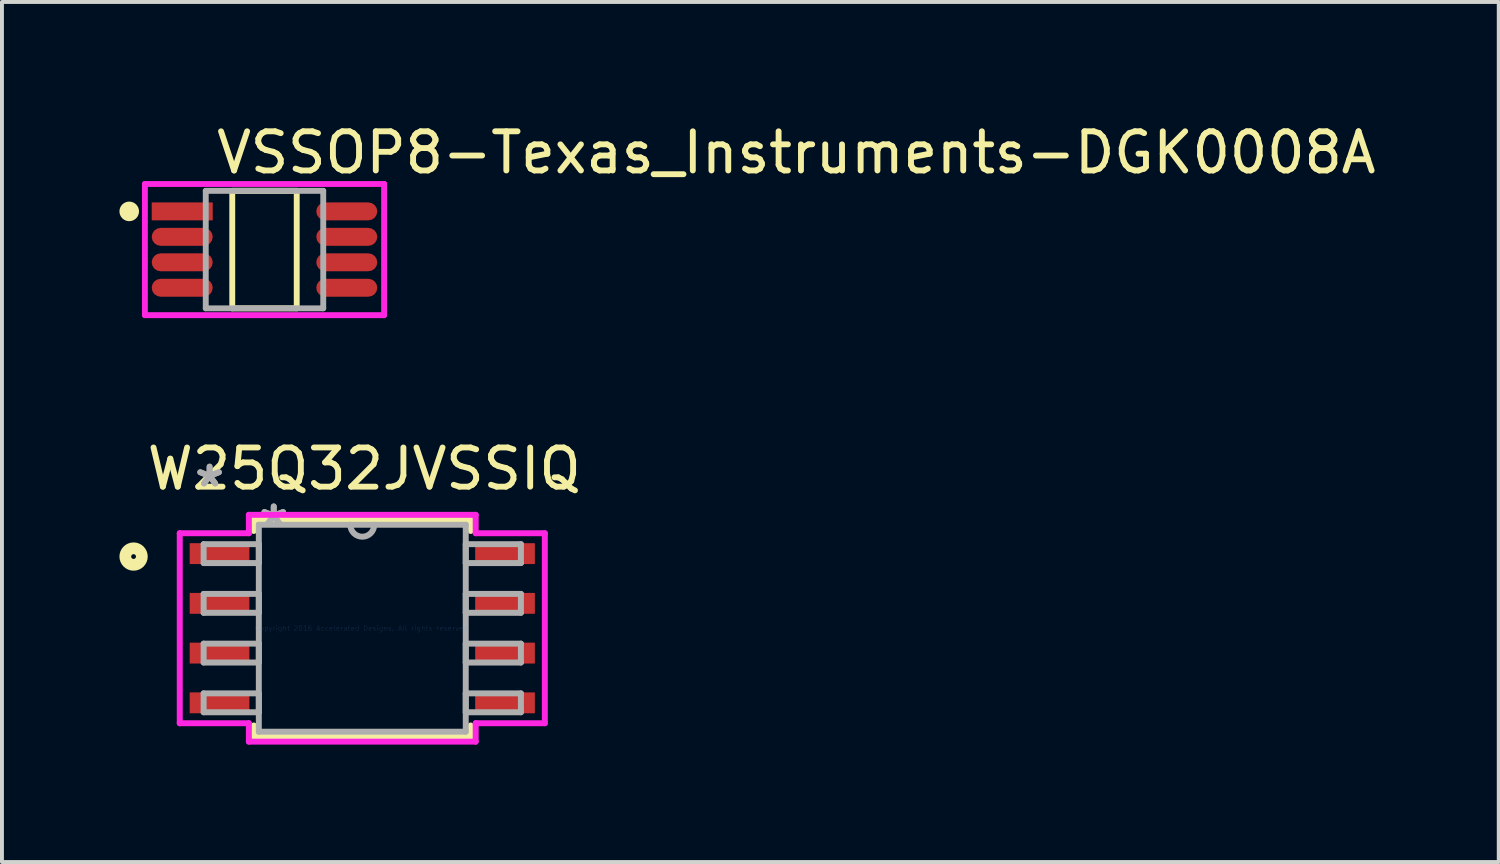
<source format=kicad_pcb>
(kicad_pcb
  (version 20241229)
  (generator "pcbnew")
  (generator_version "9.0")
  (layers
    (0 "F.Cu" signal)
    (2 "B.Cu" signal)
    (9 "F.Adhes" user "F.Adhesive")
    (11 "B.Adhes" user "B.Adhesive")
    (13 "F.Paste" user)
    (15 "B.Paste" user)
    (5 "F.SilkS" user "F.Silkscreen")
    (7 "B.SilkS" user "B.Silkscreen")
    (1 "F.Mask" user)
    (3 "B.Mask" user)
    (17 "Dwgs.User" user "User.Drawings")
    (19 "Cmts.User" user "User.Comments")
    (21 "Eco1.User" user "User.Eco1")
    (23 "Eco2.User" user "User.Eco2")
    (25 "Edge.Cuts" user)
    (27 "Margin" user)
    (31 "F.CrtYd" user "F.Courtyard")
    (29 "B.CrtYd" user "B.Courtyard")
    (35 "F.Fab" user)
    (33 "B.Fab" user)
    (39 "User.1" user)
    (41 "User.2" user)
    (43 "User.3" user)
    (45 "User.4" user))
  (footprint "VSSOP8-Texas_Instruments-DGK0008A"
    (layer "F.Cu")
    (at 3.704 3.323)
    (property "Reference" "VSSOP8-Texas_Instruments-DGK0008A" (at -1.304 -2.475 0) (layer "F.SilkS") (effects (font (size 1 1) (thickness 0.15)) (justify left)))
    (attr through_hole)
    (fp_line (start -0.823 -1.5) (end 0.823 -1.5) (stroke (width 0.15) (type solid)) (layer "F.SilkS"))
    (fp_line (start -0.823 1.5) (end -0.823 -1.5) (stroke (width 0.15) (type solid)) (layer "F.SilkS"))
    (fp_line (start 0.823 -1.5) (end 0.823 1.5) (stroke (width 0.15) (type solid)) (layer "F.SilkS"))
    (fp_line (start 0.823 1.5) (end -0.823 1.5) (stroke (width 0.15) (type solid)) (layer "F.SilkS"))
    (fp_circle (center -3.454 -0.975) (end -3.329 -0.975) (stroke (width 0.25) (type solid)) (fill no) (layer "F.SilkS"))
    (fp_line (start -3.054 -1.675) (end -3.054 1.675) (stroke (width 0.15) (type solid)) (layer "F.CrtYd"))
    (fp_line (start -3.054 1.675) (end 3.054 1.675) (stroke (width 0.15) (type solid)) (layer "F.CrtYd"))
    (fp_line (start 3.054 -1.675) (end -3.054 -1.675) (stroke (width 0.15) (type solid)) (layer "F.CrtYd"))
    (fp_line (start 3.054 -1.675) (end 3.054 -1.675) (stroke (width 0.15) (type solid)) (layer "F.CrtYd"))
    (fp_line (start 3.054 1.675) (end 3.054 -1.675) (stroke (width 0.15) (type solid)) (layer "F.CrtYd"))
    (fp_line (start -1.5 -1.5) (end 1.5 -1.5) (stroke (width 0.15) (type solid)) (layer "F.Fab"))
    (fp_line (start -1.5 1.5) (end -1.5 -1.5) (stroke (width 0.15) (type solid)) (layer "F.Fab"))
    (fp_line (start 1.5 -1.5) (end 1.5 1.5) (stroke (width 0.15) (type solid)) (layer "F.Fab"))
    (fp_line (start 1.5 1.5) (end -1.5 1.5) (stroke (width 0.15) (type solid)) (layer "F.Fab"))
    (pad "1" smd rect (at -2.101 -0.975) (size 1.557 0.458) (layers "F.Cu" "F.Mask" "F.Paste"))
    (pad "2" smd roundrect (at -2.101 -0.325) (size 1.557 0.458) (layers "F.Cu" "F.Mask" "F.Paste") (roundrect_rratio 0.5))
    (pad "3" smd roundrect (at -2.101 0.325) (size 1.557 0.458) (layers "F.Cu" "F.Mask" "F.Paste") (roundrect_rratio 0.5))
    (pad "4" smd roundrect (at -2.101 0.975) (size 1.557 0.458) (layers "F.Cu" "F.Mask" "F.Paste") (roundrect_rratio 0.5))
    (pad "5" smd roundrect (at 2.101 0.975) (size 1.557 0.458) (layers "F.Cu" "F.Mask" "F.Paste") (roundrect_rratio 0.5))
    (pad "6" smd roundrect (at 2.101 0.325) (size 1.557 0.458) (layers "F.Cu" "F.Mask" "F.Paste") (roundrect_rratio 0.5))
    (pad "7" smd roundrect (at 2.101 -0.325) (size 1.557 0.458) (layers "F.Cu" "F.Mask" "F.Paste") (roundrect_rratio 0.5))
    (pad "8" smd roundrect (at 2.101 -0.975) (size 1.557 0.458) (layers "F.Cu" "F.Mask" "F.Paste") (roundrect_rratio 0.5)))
  (footprint "W25Q32JVSSIQ"
    (layer "F.Cu")
    (at 6.201 12.992)
    (property "Reference" "W25Q32JVSSIQ" (at 0.05 -4.07 0) (layer "F.SilkS") (effects (font (size 1 1) (thickness 0.15))))
    (attr through_hole)
    (fp_line (start -2.769 -2.769) (end -2.769 -2.484) (stroke (width 0.152) (type solid)) (layer "F.SilkS"))
    (fp_line (start -2.769 2.484) (end -2.769 2.769) (stroke (width 0.152) (type solid)) (layer "F.SilkS"))
    (fp_line (start -2.769 2.769) (end 2.769 2.769) (stroke (width 0.152) (type solid)) (layer "F.SilkS"))
    (fp_line (start 2.769 -2.769) (end -2.769 -2.769) (stroke (width 0.152) (type solid)) (layer "F.SilkS"))
    (fp_line (start 2.769 -2.484) (end 2.769 -2.769) (stroke (width 0.152) (type solid)) (layer "F.SilkS"))
    (fp_line (start 2.769 2.769) (end 2.769 2.484) (stroke (width 0.152) (type solid)) (layer "F.SilkS"))
    (fp_circle (center -5.84 -1.83) (end -5.629 -1.83) (stroke (width 0.3) (type solid)) (fill no) (layer "F.SilkS"))
    (fp_line (start -4.661 -2.426) (end -2.896 -2.426) (stroke (width 0.152) (type solid)) (layer "F.CrtYd"))
    (fp_line (start -4.661 2.426) (end -4.661 -2.426) (stroke (width 0.152) (type solid)) (layer "F.CrtYd"))
    (fp_line (start -2.896 -2.896) (end 2.896 -2.896) (stroke (width 0.152) (type solid)) (layer "F.CrtYd"))
    (fp_line (start -2.896 -2.426) (end -2.896 -2.896) (stroke (width 0.152) (type solid)) (layer "F.CrtYd"))
    (fp_line (start -2.896 2.426) (end -4.661 2.426) (stroke (width 0.152) (type solid)) (layer "F.CrtYd"))
    (fp_line (start -2.896 2.896) (end -2.896 2.426) (stroke (width 0.152) (type solid)) (layer "F.CrtYd"))
    (fp_line (start 2.896 -2.896) (end 2.896 -2.426) (stroke (width 0.152) (type solid)) (layer "F.CrtYd"))
    (fp_line (start 2.896 -2.426) (end 4.661 -2.426) (stroke (width 0.152) (type solid)) (layer "F.CrtYd"))
    (fp_line (start 2.896 2.426) (end 2.896 2.896) (stroke (width 0.152) (type solid)) (layer "F.CrtYd"))
    (fp_line (start 2.896 2.896) (end -2.896 2.896) (stroke (width 0.152) (type solid)) (layer "F.CrtYd"))
    (fp_line (start 4.661 -2.426) (end 4.661 2.426) (stroke (width 0.152) (type solid)) (layer "F.CrtYd"))
    (fp_line (start 4.661 2.426) (end 2.896 2.426) (stroke (width 0.152) (type solid)) (layer "F.CrtYd"))
    (fp_line (start -4.051 -2.146) (end -4.051 -1.664) (stroke (width 0.152) (type solid)) (layer "F.Fab"))
    (fp_line (start -4.051 -1.664) (end -2.642 -1.664) (stroke (width 0.152) (type solid)) (layer "F.Fab"))
    (fp_line (start -4.051 -0.876) (end -4.051 -0.394) (stroke (width 0.152) (type solid)) (layer "F.Fab"))
    (fp_line (start -4.051 -0.394) (end -2.642 -0.394) (stroke (width 0.152) (type solid)) (layer "F.Fab"))
    (fp_line (start -4.051 0.394) (end -4.051 0.876) (stroke (width 0.152) (type solid)) (layer "F.Fab"))
    (fp_line (start -4.051 0.876) (end -2.642 0.876) (stroke (width 0.152) (type solid)) (layer "F.Fab"))
    (fp_line (start -4.051 1.664) (end -4.051 2.146) (stroke (width 0.152) (type solid)) (layer "F.Fab"))
    (fp_line (start -4.051 2.146) (end -2.642 2.146) (stroke (width 0.152) (type solid)) (layer "F.Fab"))
    (fp_line (start -2.642 -2.642) (end -2.642 2.642) (stroke (width 0.152) (type solid)) (layer "F.Fab"))
    (fp_line (start -2.642 -2.146) (end -4.051 -2.146) (stroke (width 0.152) (type solid)) (layer "F.Fab"))
    (fp_line (start -2.642 -1.664) (end -2.642 -2.146) (stroke (width 0.152) (type solid)) (layer "F.Fab"))
    (fp_line (start -2.642 -0.876) (end -4.051 -0.876) (stroke (width 0.152) (type solid)) (layer "F.Fab"))
    (fp_line (start -2.642 -0.394) (end -2.642 -0.876) (stroke (width 0.152) (type solid)) (layer "F.Fab"))
    (fp_line (start -2.642 0.394) (end -4.051 0.394) (stroke (width 0.152) (type solid)) (layer "F.Fab"))
    (fp_line (start -2.642 0.876) (end -2.642 0.394) (stroke (width 0.152) (type solid)) (layer "F.Fab"))
    (fp_line (start -2.642 1.664) (end -4.051 1.664) (stroke (width 0.152) (type solid)) (layer "F.Fab"))
    (fp_line (start -2.642 2.146) (end -2.642 1.664) (stroke (width 0.152) (type solid)) (layer "F.Fab"))
    (fp_line (start -2.642 2.642) (end 2.642 2.642) (stroke (width 0.152) (type solid)) (layer "F.Fab"))
    (fp_line (start 2.642 -2.642) (end -2.642 -2.642) (stroke (width 0.152) (type solid)) (layer "F.Fab"))
    (fp_line (start 2.642 -2.146) (end 2.642 -1.664) (stroke (width 0.152) (type solid)) (layer "F.Fab"))
    (fp_line (start 2.642 -1.664) (end 4.051 -1.664) (stroke (width 0.152) (type solid)) (layer "F.Fab"))
    (fp_line (start 2.642 -0.876) (end 2.642 -0.394) (stroke (width 0.152) (type solid)) (layer "F.Fab"))
    (fp_line (start 2.642 -0.394) (end 4.051 -0.394) (stroke (width 0.152) (type solid)) (layer "F.Fab"))
    (fp_line (start 2.642 0.394) (end 2.642 0.876) (stroke (width 0.152) (type solid)) (layer "F.Fab"))
    (fp_line (start 2.642 0.876) (end 4.051 0.876) (stroke (width 0.152) (type solid)) (layer "F.Fab"))
    (fp_line (start 2.642 1.664) (end 2.642 2.146) (stroke (width 0.152) (type solid)) (layer "F.Fab"))
    (fp_line (start 2.642 2.146) (end 4.051 2.146) (stroke (width 0.152) (type solid)) (layer "F.Fab"))
    (fp_line (start 2.642 2.642) (end 2.642 -2.642) (stroke (width 0.152) (type solid)) (layer "F.Fab"))
    (fp_line (start 4.051 -2.146) (end 2.642 -2.146) (stroke (width 0.152) (type solid)) (layer "F.Fab"))
    (fp_line (start 4.051 -1.664) (end 4.051 -2.146) (stroke (width 0.152) (type solid)) (layer "F.Fab"))
    (fp_line (start 4.051 -0.876) (end 2.642 -0.876) (stroke (width 0.152) (type solid)) (layer "F.Fab"))
    (fp_line (start 4.051 -0.394) (end 4.051 -0.876) (stroke (width 0.152) (type solid)) (layer "F.Fab"))
    (fp_line (start 4.051 0.394) (end 2.642 0.394) (stroke (width 0.152) (type solid)) (layer "F.Fab"))
    (fp_line (start 4.051 0.876) (end 4.051 0.394) (stroke (width 0.152) (type solid)) (layer "F.Fab"))
    (fp_line (start 4.051 1.664) (end 2.642 1.664) (stroke (width 0.152) (type solid)) (layer "F.Fab"))
    (fp_line (start 4.051 2.146) (end 4.051 1.664) (stroke (width 0.152) (type solid)) (layer "F.Fab"))
    (fp_arc (start 0.3048 -2.6416) (mid 0 -2.3368) (end -0.3048 -2.6416) (stroke (width 0.1524) (type solid)) (layer "F.Fab"))
    (fp_text user "Copyright 2016 Accelerated Designs. All rights reserved." (at 0 0 0) (layer "Cmts.User") (effects (font (size 0.127 0.127) (thickness 0.002))))
    (fp_text user "*" (at -3.899 -3.581 0) (layer "F.Fab") (effects (font (size 1 1) (thickness 0.15))))
    (fp_text user "*" (at -2.261 -2.565 0) (layer "F.Fab") (effects (font (size 1 1) (thickness 0.15))))
    (fp_text user "*" (at -2.261 -2.565 0) (layer "F.Fab") (effects (font (size 1 1) (thickness 0.15))))
    (fp_text user "*" (at -3.899 -3.581 0) (layer "F.Fab") (effects (font (size 1 1) (thickness 0.15))))
    (pad "1" smd rect (at -3.645 -1.905) (size 1.524 0.533) (layers "F.Cu" "F.Mask" "F.Paste"))
    (pad "2" smd rect (at -3.645 -0.635) (size 1.524 0.533) (layers "F.Cu" "F.Mask" "F.Paste"))
    (pad "3" smd rect (at -3.645 0.635) (size 1.524 0.533) (layers "F.Cu" "F.Mask" "F.Paste"))
    (pad "4" smd rect (at -3.645 1.905) (size 1.524 0.533) (layers "F.Cu" "F.Mask" "F.Paste"))
    (pad "5" smd rect (at 3.645 1.905) (size 1.524 0.533) (layers "F.Cu" "F.Mask" "F.Paste"))
    (pad "6" smd rect (at 3.645 0.635) (size 1.524 0.533) (layers "F.Cu" "F.Mask" "F.Paste"))
    (pad "7" smd rect (at 3.645 -0.635) (size 1.524 0.533) (layers "F.Cu" "F.Mask" "F.Paste"))
    (pad "8" smd rect (at 3.645 -1.905) (size 1.524 0.533) (layers "F.Cu" "F.Mask" "F.Paste")))
  (gr_rect
    (start -3 -3)
    (end 35.221 18.963)
    (stroke (width 0.1) (type default))
    (fill no)
    (layer "Edge.Cuts")))
</source>
